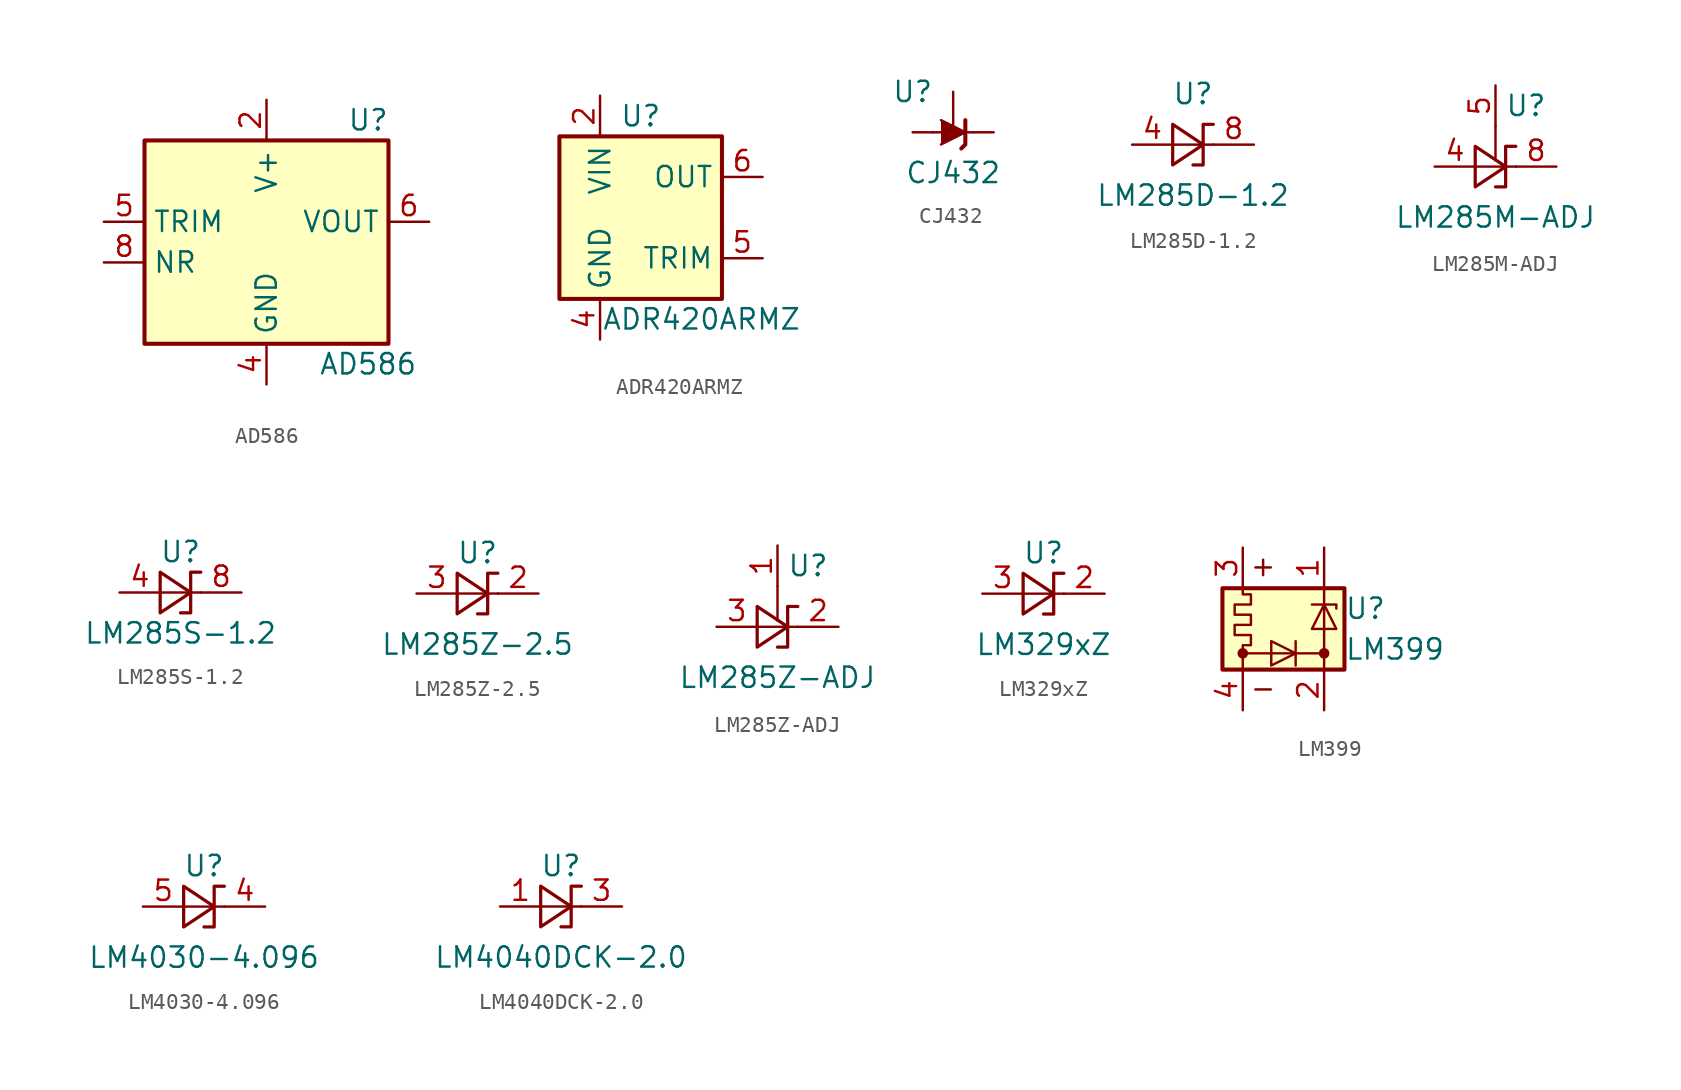
<source format=kicad_sym>
(kicad_symbol_lib
  (version 20211014)
  (generator kicad_symbol_editor)
  (symbol "AD586"
    (property "Reference" "U"
      (at 6.35 6.35 0)
      (effects (font (size 1.27 1.27))))
    (property "Value" "AD586"
      (at 6.35 -8.89 0)
      (effects (font (size 1.27 1.27))))
    (symbol "AD586_0_1"
      (rectangle (start -7.62 5.08) (end 7.62 -7.62) (stroke (width 0.254) (type default) (color 0 0 0 0)) (fill (type background))))
    (symbol "AD586_1_1"
      (pin no_connect line (at -7.62 2.54 0) (length 2.54) hide (name "NC" (effects (font (size 1.27 1.27)))) (number "1" (effects (font (size 1.27 1.27)))))
      (pin power_in line (at 0 7.62 270) (length 2.54) (name "V+" (effects (font (size 1.27 1.27)))) (number "2" (effects (font (size 1.27 1.27)))))
      (pin no_connect line (at -7.62 -5.08 0) (length 2.54) hide (name "NC" (effects (font (size 1.27 1.27)))) (number "3" (effects (font (size 1.27 1.27)))))
      (pin power_in line (at 0 -10.16 90) (length 2.54) (name "GND" (effects (font (size 1.27 1.27)))) (number "4" (effects (font (size 1.27 1.27)))))
      (pin input line (at -10.16 0 0) (length 2.54) (name "TRIM" (effects (font (size 1.27 1.27)))) (number "5" (effects (font (size 1.27 1.27)))))
      (pin power_out line (at 10.16 0 180) (length 2.54) (name "VOUT" (effects (font (size 1.27 1.27)))) (number "6" (effects (font (size 1.27 1.27)))))
      (pin no_connect line (at 7.62 -5.08 180) (length 2.54) hide (name "NC" (effects (font (size 1.27 1.27)))) (number "7" (effects (font (size 1.27 1.27)))))
      (pin input line (at -10.16 -2.54 0) (length 2.54) (name "NR" (effects (font (size 1.27 1.27)))) (number "8" (effects (font (size 1.27 1.27)))))))
  (symbol "ADR420ARMZ"
    (property "Reference" "U"
      (at 0 6.35 0)
      (effects (font (size 1.27 1.27))))
    (property "Value" "ADR420ARMZ"
      (at 3.81 -6.35 0)
      (effects (font (size 1.27 1.27))))
    (symbol "ADR420ARMZ_0_1"
      (rectangle (start 5.08 -5.08) (end -5.08 5.08) (stroke (width 0.254) (type default) (color 0 0 0 0)) (fill (type background)))
      (pin no_connect line (at -5.08 0 0) (length 2.54) hide (name "TP" (effects (font (size 1.27 1.27)))) (number "1" (effects (font (size 1.27 1.27)))))
      (pin power_in line (at -2.54 7.62 270) (length 2.54) (name "VIN" (effects (font (size 1.27 1.27)))) (number "2" (effects (font (size 1.27 1.27)))))
      (pin no_connect line (at 5.08 0 180) (length 2.54) hide (name "NC" (effects (font (size 1.27 1.27)))) (number "3" (effects (font (size 1.27 1.27)))))
      (pin power_in line (at -2.54 -7.62 90) (length 2.54) (name "GND" (effects (font (size 1.27 1.27)))) (number "4" (effects (font (size 1.27 1.27)))))
      (pin passive line (at 7.62 -2.54 180) (length 2.54) (name "TRIM" (effects (font (size 1.27 1.27)))) (number "5" (effects (font (size 1.27 1.27)))))
      (pin output line (at 7.62 2.54 180) (length 2.54) (name "OUT" (effects (font (size 1.27 1.27)))) (number "6" (effects (font (size 1.27 1.27)))))
      (pin no_connect line (at -5.08 2.54 0) (length 2.54) hide (name "NC" (effects (font (size 1.27 1.27)))) (number "7" (effects (font (size 1.27 1.27)))))
      (pin no_connect line (at -5.08 -2.54 0) (length 2.54) hide (name "TP" (effects (font (size 1.27 1.27)))) (number "8" (effects (font (size 1.27 1.27)))))))
  (symbol "CJ432"
    (pin_numbers hide)
    (pin_names hide)
    (property "Reference" "U"
      (at -2.54 2.54 0)
      (effects (font (size 1.27 1.27))))
    (property "Value" "CJ432"
      (at 0 -2.54 0)
      (effects (font (size 1.27 1.27))))
    (symbol "CJ432_0_1"
      (polyline (pts (xy -1.27 0) (xy 0 0) (xy 1.27 0)) (stroke (width 0) (type default) (color 0 0 0 0)) (fill (type none)))
      (polyline (pts (xy -0.762 0.762) (xy 0.762 0) (xy -0.762 -0.762)) (stroke (width 0) (type default) (color 0 0 0 0)) (fill (type outline)))
      (polyline (pts (xy 0.508 -1.016) (xy 0.762 -0.762) (xy 0.762 0.762) (xy 0.762 0.762)) (stroke (width 0.254) (type default) (color 0 0 0 0)) (fill (type none))))
    (symbol "CJ432_1_1"
      (pin passive line (at 0 2.54 270) (length 2.54) (name "REF" (effects (font (size 1.27 1.27)))) (number "1" (effects (font (size 1.27 1.27)))))
      (pin passive line (at 2.54 0 180) (length 1.27) (name "K" (effects (font (size 1.27 1.27)))) (number "2" (effects (font (size 1.27 1.27)))))
      (pin passive line (at -2.54 0 0) (length 1.27) (name "A" (effects (font (size 1.27 1.27)))) (number "3" (effects (font (size 1.27 1.27)))))))
  (symbol "LM285D-1.2"
    (pin_names
      (offset 0.025) hide)
    (property "Reference" "U"
      (at 0 3.175 0)
      (effects (font (size 1.27 1.27))))
    (property "Value" "LM285D-1.2"
      (at 0 -3.175 0)
      (effects (font (size 1.27 1.27))))
    (symbol "LM285D-1.2_0_1"
      (polyline (pts (xy -1.27 0) (xy 0 0) (xy 1.27 0)) (stroke (width 0) (type default) (color 0 0 0 0)) (fill (type none)))
      (polyline (pts (xy -1.27 -1.27) (xy 0.635 0) (xy -1.27 1.27) (xy -1.27 -1.27)) (stroke (width 0.203) (type default) (color 0 0 0 0)) (fill (type none)))
      (polyline (pts (xy 0 -1.27) (xy 0.635 -1.27) (xy 0.635 1.27) (xy 1.27 1.27)) (stroke (width 0.203) (type default) (color 0 0 0 0)) (fill (type none))))
    (symbol "LM285D-1.2_1_1"
      (pin passive line (at -3.81 0 0) (length 2.54) (name "A" (effects (font (size 1.27 1.27)))) (number "4" (effects (font (size 1.27 1.27)))))
      (pin passive line (at 3.81 0 180) (length 2.54) (name "K" (effects (font (size 1.27 1.27)))) (number "8" (effects (font (size 1.27 1.27)))))))
  (symbol "LM285M-ADJ"
    (pin_names
      (offset 0.025) hide)
    (property "Reference" "U"
      (at 1.905 3.81 0)
      (effects (font (size 1.27 1.27))))
    (property "Value" "LM285M-ADJ"
      (at 0 -3.175 0)
      (effects (font (size 1.27 1.27))))
    (symbol "LM285M-ADJ_0_1"
      (polyline (pts (xy 0 2.54) (xy 0 0.381)) (stroke (width 0) (type default) (color 0 0 0 0)) (fill (type none)))
      (polyline (pts (xy -1.27 0) (xy 0 0) (xy 1.27 0)) (stroke (width 0) (type default) (color 0 0 0 0)) (fill (type none)))
      (polyline (pts (xy -1.27 -1.27) (xy 0.635 0) (xy -1.27 1.27) (xy -1.27 -1.27)) (stroke (width 0.203) (type default) (color 0 0 0 0)) (fill (type none)))
      (polyline (pts (xy 0 -1.27) (xy 0.635 -1.27) (xy 0.635 1.27) (xy 1.27 1.27)) (stroke (width 0.203) (type default) (color 0 0 0 0)) (fill (type none))))
    (symbol "LM285M-ADJ_1_1"
      (pin passive line (at -3.81 0 0) (length 2.54) (name "A" (effects (font (size 1.27 1.27)))) (number "4" (effects (font (size 1.27 1.27)))))
      (pin input line (at 0 5.08 270) (length 2.54) (name "FB" (effects (font (size 1.27 1.27)))) (number "5" (effects (font (size 1.27 1.27)))))
      (pin passive line (at 3.81 0 180) (length 2.54) (name "K" (effects (font (size 1.27 1.27)))) (number "8" (effects (font (size 1.27 1.27)))))))
  (symbol "LM285S-1.2"
    (pin_names
      (offset 0.025) hide)
    (property "Reference" "U"
      (at 0 2.54 0)
      (effects (font (size 1.27 1.27))))
    (property "Value" "LM285S-1.2"
      (at 0 -2.54 0)
      (effects (font (size 1.27 1.27))))
    (symbol "LM285S-1.2_0_1"
      (polyline (pts (xy -1.27 0) (xy 0 0) (xy 1.27 0)) (stroke (width 0) (type default) (color 0 0 0 0)) (fill (type none)))
      (polyline (pts (xy -1.27 -1.27) (xy 0.635 0) (xy -1.27 1.27) (xy -1.27 -1.27)) (stroke (width 0.203) (type default) (color 0 0 0 0)) (fill (type none)))
      (polyline (pts (xy 0 -1.27) (xy 0.635 -1.27) (xy 0.635 1.27) (xy 1.27 1.27)) (stroke (width 0.203) (type default) (color 0 0 0 0)) (fill (type none))))
    (symbol "LM285S-1.2_1_1"
      (pin passive line (at -3.81 0 0) (length 2.54) (name "A" (effects (font (size 1.27 1.27)))) (number "4" (effects (font (size 1.27 1.27)))))
      (pin passive line (at 3.81 0 180) (length 2.54) hide (name "K" (effects (font (size 1.27 1.27)))) (number "6" (effects (font (size 1.27 1.27)))))
      (pin passive line (at 3.81 0 180) (length 2.54) (name "K" (effects (font (size 1.27 1.27)))) (number "8" (effects (font (size 1.27 1.27)))))))
  (symbol "LM285Z-2.5"
    (pin_names
      (offset 0.025) hide)
    (property "Reference" "U"
      (at 0 2.54 0)
      (effects (font (size 1.27 1.27))))
    (property "Value" "LM285Z-2.5"
      (at 0 -3.175 0)
      (effects (font (size 1.27 1.27))))
    (symbol "LM285Z-2.5_0_1"
      (polyline (pts (xy -1.27 0) (xy 0 0) (xy 1.27 0)) (stroke (width 0) (type default) (color 0 0 0 0)) (fill (type none)))
      (polyline (pts (xy -1.27 -1.27) (xy 0.635 0) (xy -1.27 1.27) (xy -1.27 -1.27)) (stroke (width 0.203) (type default) (color 0 0 0 0)) (fill (type none)))
      (polyline (pts (xy 0 -1.27) (xy 0.635 -1.27) (xy 0.635 1.27) (xy 1.27 1.27)) (stroke (width 0.203) (type default) (color 0 0 0 0)) (fill (type none))))
    (symbol "LM285Z-2.5_1_1"
      (pin passive line (at 3.81 0 180) (length 2.54) (name "K" (effects (font (size 1.27 1.27)))) (number "2" (effects (font (size 1.27 1.27)))))
      (pin passive line (at -3.81 0 0) (length 2.54) (name "A" (effects (font (size 1.27 1.27)))) (number "3" (effects (font (size 1.27 1.27)))))))
  (symbol "LM285Z-ADJ"
    (pin_names
      (offset 0.025) hide)
    (property "Reference" "U"
      (at 1.905 3.81 0)
      (effects (font (size 1.27 1.27))))
    (property "Value" "LM285Z-ADJ"
      (at 0 -3.175 0)
      (effects (font (size 1.27 1.27))))
    (symbol "LM285Z-ADJ_0_1"
      (polyline (pts (xy 0 2.54) (xy 0 0.381)) (stroke (width 0) (type default) (color 0 0 0 0)) (fill (type none)))
      (polyline (pts (xy -1.27 0) (xy 0 0) (xy 1.27 0)) (stroke (width 0) (type default) (color 0 0 0 0)) (fill (type none)))
      (polyline (pts (xy -1.27 -1.27) (xy 0.635 0) (xy -1.27 1.27) (xy -1.27 -1.27)) (stroke (width 0.203) (type default) (color 0 0 0 0)) (fill (type none)))
      (polyline (pts (xy 0 -1.27) (xy 0.635 -1.27) (xy 0.635 1.27) (xy 1.27 1.27)) (stroke (width 0.203) (type default) (color 0 0 0 0)) (fill (type none))))
    (symbol "LM285Z-ADJ_1_1"
      (pin input line (at 0 5.08 270) (length 2.54) (name "FB" (effects (font (size 1.27 1.27)))) (number "1" (effects (font (size 1.27 1.27)))))
      (pin passive line (at 3.81 0 180) (length 2.54) (name "K" (effects (font (size 1.27 1.27)))) (number "2" (effects (font (size 1.27 1.27)))))
      (pin passive line (at -3.81 0 0) (length 2.54) (name "A" (effects (font (size 1.27 1.27)))) (number "3" (effects (font (size 1.27 1.27)))))))
  (symbol "LM329xZ"
    (pin_names
      (offset 0.025) hide)
    (property "Reference" "U"
      (at 0 2.54 0)
      (effects (font (size 1.27 1.27))))
    (property "Value" "LM329xZ"
      (at 0 -3.175 0)
      (effects (font (size 1.27 1.27))))
    (symbol "LM329xZ_0_1"
      (polyline (pts (xy -1.27 0) (xy 0 0) (xy 1.27 0)) (stroke (width 0) (type default) (color 0 0 0 0)) (fill (type none)))
      (polyline (pts (xy -1.27 -1.27) (xy 0.635 0) (xy -1.27 1.27) (xy -1.27 -1.27)) (stroke (width 0.203) (type default) (color 0 0 0 0)) (fill (type none)))
      (polyline (pts (xy 0 -1.27) (xy 0.635 -1.27) (xy 0.635 1.27) (xy 1.27 1.27)) (stroke (width 0.203) (type default) (color 0 0 0 0)) (fill (type none))))
    (symbol "LM329xZ_1_1"
      (pin no_connect line (at 0 0 0) (length 2.54) hide (name "NC" (effects (font (size 1.27 1.27)))) (number "1" (effects (font (size 1.27 1.27)))))
      (pin passive line (at 3.81 0 180) (length 2.54) (name "K" (effects (font (size 1.27 1.27)))) (number "2" (effects (font (size 1.27 1.27)))))
      (pin passive line (at -3.81 0 0) (length 2.54) (name "A" (effects (font (size 1.27 1.27)))) (number "3" (effects (font (size 1.27 1.27)))))))
  (symbol "LM399"
    (pin_names
      (offset 1.016) hide)
    (property "Reference" "U"
      (at 3.81 1.27 0)
      (effects (font (size 1.27 1.27)) (justify left)))
    (property "Value" "LM399"
      (at 3.81 -1.27 0)
      (effects (font (size 1.27 1.27)) (justify left)))
    (symbol "LM399_0_0"
      (text "+" (at -1.27 3.937 0) (effects (font (size 1.27 1.27)))))
    (symbol "LM399_0_1"
      (rectangle (start -3.81 2.54) (end 3.81 -2.54) (stroke (width 0.254) (type default) (color 0 0 0 0)) (fill (type background)))
      (circle (center -2.54 -1.524) (radius 0.254) (stroke (width 0) (type default) (color 0 0 0 0)) (fill (type outline)))
      (polyline (pts (xy -2.54 -2.54) (xy -2.54 -1.016) (xy -2.032 -1.016) (xy -2.032 -0.381) (xy -3.048 -0.381) (xy -3.048 0.254) (xy -2.032 0.254) (xy -2.032 0.889) (xy -3.048 0.889) (xy -3.048 1.524) (xy -2.032 1.524) (xy -2.032 2.159) (xy -2.54 2.159) (xy -2.54 2.54)) (stroke (width 0) (type default) (color 0 0 0 0)) (fill (type none)))
      (circle (center 2.54 -1.524) (radius 0.254) (stroke (width 0) (type default) (color 0 0 0 0)) (fill (type outline))))
    (symbol "LM399_1_1"
      (polyline (pts (xy 2.54 -1.524) (xy -2.54 -1.524)) (stroke (width 0) (type default) (color 0 0 0 0)) (fill (type none)))
      (polyline (pts (xy 2.54 2.54) (xy 2.54 -2.54)) (stroke (width 0) (type default) (color 0 0 0 0)) (fill (type none)))
      (polyline (pts (xy 0.762 -0.762) (xy 0.762 -1.524) (xy 0.762 -2.286)) (stroke (width 0) (type default) (color 0 0 0 0)) (fill (type none)))
      (polyline (pts (xy 1.778 1.524) (xy 3.302 1.524) (xy 3.302 1.27)) (stroke (width 0) (type default) (color 0 0 0 0)) (fill (type none)))
      (polyline (pts (xy -0.762 -0.762) (xy -0.762 -2.286) (xy 0.762 -1.524) (xy -0.762 -0.762)) (stroke (width 0) (type default) (color 0 0 0 0)) (fill (type none)))
      (polyline (pts (xy 1.778 0) (xy 3.302 0) (xy 2.54 1.524) (xy 1.778 0)) (stroke (width 0) (type default) (color 0 0 0 0)) (fill (type none)))
      (text "-" (at -1.27 -3.683 0) (effects (font (size 1.27 1.27))))
      (pin passive line (at 2.54 5.08 270) (length 2.54) (name "~" (effects (font (size 1.27 1.27)))) (number "1" (effects (font (size 1.27 1.27)))))
      (pin passive line (at 2.54 -5.08 90) (length 2.54) (name "~" (effects (font (size 1.27 1.27)))) (number "2" (effects (font (size 1.27 1.27)))))
      (pin power_in line (at -2.54 5.08 270) (length 2.54) (name "~" (effects (font (size 1.27 1.27)))) (number "3" (effects (font (size 1.27 1.27)))))
      (pin power_in line (at -2.54 -5.08 90) (length 2.54) (name "~" (effects (font (size 1.27 1.27)))) (number "4" (effects (font (size 1.27 1.27)))))))
  (symbol "LM4030-4.096"
    (pin_names
      (offset 0.025) hide)
    (property "Reference" "U"
      (at 0 2.54 0)
      (effects (font (size 1.27 1.27))))
    (property "Value" "LM4030-4.096"
      (at 0 -3.175 0)
      (effects (font (size 1.27 1.27))))
    (symbol "LM4030-4.096_0_1"
      (polyline (pts (xy -1.27 0) (xy 0 0) (xy 1.27 0)) (stroke (width 0) (type default) (color 0 0 0 0)) (fill (type none)))
      (polyline (pts (xy -1.27 -1.27) (xy 0.635 0) (xy -1.27 1.27) (xy -1.27 -1.27)) (stroke (width 0.203) (type default) (color 0 0 0 0)) (fill (type none)))
      (polyline (pts (xy 0 -1.27) (xy 0.635 -1.27) (xy 0.635 1.27) (xy 1.27 1.27)) (stroke (width 0.203) (type default) (color 0 0 0 0)) (fill (type none))))
    (symbol "LM4030-4.096_1_1"
      (pin passive line (at 3.81 0 180) (length 2.54) (name "K" (effects (font (size 1.27 1.27)))) (number "4" (effects (font (size 1.27 1.27)))))
      (pin passive line (at -3.81 0 0) (length 2.54) (name "A" (effects (font (size 1.27 1.27)))) (number "5" (effects (font (size 1.27 1.27)))))))
  (symbol "LM4040DCK-2.0"
    (pin_names
      (offset 0.025) hide)
    (property "Reference" "U"
      (at 0 2.54 0)
      (effects (font (size 1.27 1.27))))
    (property "Value" "LM4040DCK-2.0"
      (at 0 -3.175 0)
      (effects (font (size 1.27 1.27))))
    (symbol "LM4040DCK-2.0_0_1"
      (polyline (pts (xy -1.27 0) (xy 0 0) (xy 1.27 0)) (stroke (width 0) (type default) (color 0 0 0 0)) (fill (type none)))
      (polyline (pts (xy -1.27 -1.27) (xy 0.635 0) (xy -1.27 1.27) (xy -1.27 -1.27)) (stroke (width 0.203) (type default) (color 0 0 0 0)) (fill (type none)))
      (polyline (pts (xy 0 -1.27) (xy 0.635 -1.27) (xy 0.635 1.27) (xy 1.27 1.27)) (stroke (width 0.203) (type default) (color 0 0 0 0)) (fill (type none))))
    (symbol "LM4040DCK-2.0_1_1"
      (pin passive line (at -3.81 0 0) (length 2.54) (name "A" (effects (font (size 1.27 1.27)))) (number "1" (effects (font (size 1.27 1.27)))))
      (pin passive line (at 3.81 0 180) (length 2.54) (name "K" (effects (font (size 1.27 1.27)))) (number "3" (effects (font (size 1.27 1.27))))))))
</source>
